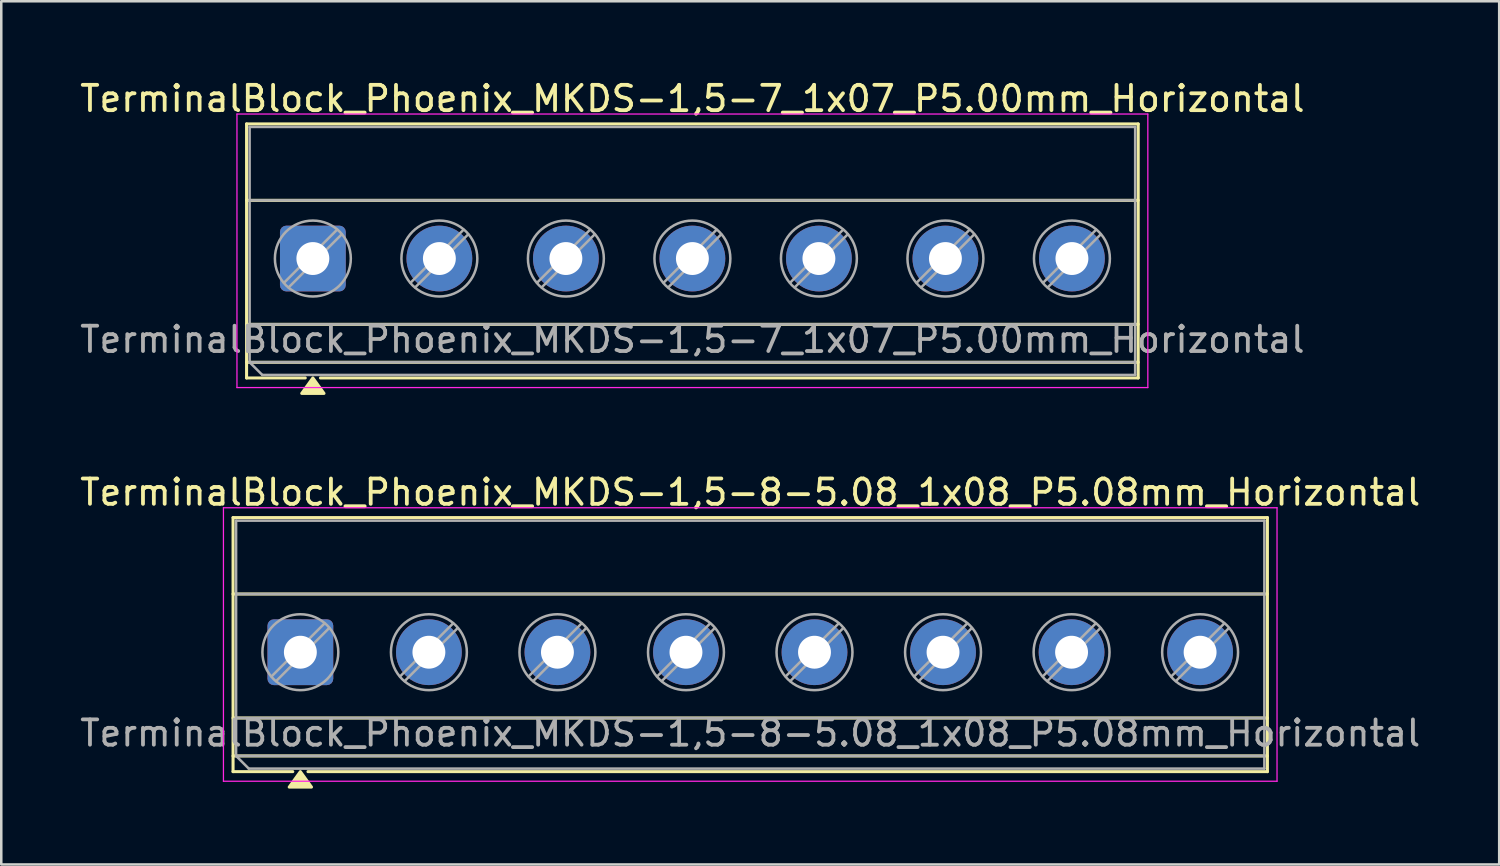
<source format=kicad_pcb>
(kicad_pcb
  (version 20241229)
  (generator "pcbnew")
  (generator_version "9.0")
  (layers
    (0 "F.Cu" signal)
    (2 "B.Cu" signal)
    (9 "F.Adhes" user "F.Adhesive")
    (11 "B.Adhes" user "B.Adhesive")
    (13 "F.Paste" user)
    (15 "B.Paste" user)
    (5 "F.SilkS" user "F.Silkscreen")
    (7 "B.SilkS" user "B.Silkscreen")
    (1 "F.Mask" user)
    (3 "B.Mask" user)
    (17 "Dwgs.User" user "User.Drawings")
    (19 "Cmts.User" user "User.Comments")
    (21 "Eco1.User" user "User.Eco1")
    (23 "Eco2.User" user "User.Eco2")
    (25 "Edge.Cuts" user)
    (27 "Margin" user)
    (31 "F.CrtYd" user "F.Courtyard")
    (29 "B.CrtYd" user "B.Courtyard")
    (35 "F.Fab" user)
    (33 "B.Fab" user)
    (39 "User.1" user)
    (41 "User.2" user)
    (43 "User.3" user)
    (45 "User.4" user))
  (footprint "TerminalBlock_Phoenix_MKDS-1,5-8-5.08_1x08_P5.08mm_Horizontal"
    (layer "F.Cu")
    (at 8.821 22.727)
    (property "Reference" "TerminalBlock_Phoenix_MKDS-1,5-8-5.08_1x08_P5.08mm_Horizontal" (at 17.78 -6.32 0) (layer "F.SilkS") (effects (font (size 1 1) (thickness 0.15))))
    (attr through_hole)
    (fp_line (start -2.66 -5.32) (end -2.66 4.72) (stroke (width 0.12) (type solid)) (layer "F.SilkS"))
    (fp_line (start -2.66 -5.32) (end 38.22 -5.32) (stroke (width 0.12) (type solid)) (layer "F.SilkS"))
    (fp_line (start -2.66 -2.3) (end 38.22 -2.3) (stroke (width 0.12) (type solid)) (layer "F.SilkS"))
    (fp_line (start -2.66 2.6) (end 38.22 2.6) (stroke (width 0.12) (type solid)) (layer "F.SilkS"))
    (fp_line (start -2.66 4.1) (end 38.22 4.1) (stroke (width 0.12) (type solid)) (layer "F.SilkS"))
    (fp_line (start -2.66 4.72) (end -0.3 4.72) (stroke (width 0.12) (type solid)) (layer "F.SilkS"))
    (fp_line (start 0.3 4.72) (end 38.22 4.72) (stroke (width 0.12) (type solid)) (layer "F.SilkS"))
    (fp_line (start 38.22 -5.32) (end 38.22 4.72) (stroke (width 0.12) (type solid)) (layer "F.SilkS"))
    (fp_poly (pts (xy 0 4.72) (xy 0.44 5.33) (xy -0.44 5.33)) (stroke (width 0.12) (type solid)) (fill yes) (layer "F.SilkS"))
    (fp_line (start -3.04 -5.71) (end -3.04 5.1) (stroke (width 0.05) (type solid)) (layer "F.CrtYd"))
    (fp_line (start -3.04 5.1) (end 38.6 5.1) (stroke (width 0.05) (type solid)) (layer "F.CrtYd"))
    (fp_line (start 38.6 -5.71) (end -3.04 -5.71) (stroke (width 0.05) (type solid)) (layer "F.CrtYd"))
    (fp_line (start 38.6 5.1) (end 38.6 -5.71) (stroke (width 0.05) (type solid)) (layer "F.CrtYd"))
    (fp_line (start -2.54 -5.2) (end 38.1 -5.2) (stroke (width 0.1) (type solid)) (layer "F.Fab"))
    (fp_line (start -2.54 -2.3) (end 38.1 -2.3) (stroke (width 0.1) (type solid)) (layer "F.Fab"))
    (fp_line (start -2.54 2.6) (end 38.1 2.6) (stroke (width 0.1) (type solid)) (layer "F.Fab"))
    (fp_line (start -2.54 4.1) (end -2.54 -5.2) (stroke (width 0.1) (type solid)) (layer "F.Fab"))
    (fp_line (start -2.54 4.1) (end 38.1 4.1) (stroke (width 0.1) (type solid)) (layer "F.Fab"))
    (fp_line (start -2.04 4.6) (end -2.54 4.1) (stroke (width 0.1) (type solid)) (layer "F.Fab"))
    (fp_line (start 0.955 -1.138) (end -1.138 0.955) (stroke (width 0.1) (type solid)) (layer "F.Fab"))
    (fp_line (start 1.138 -0.955) (end -0.955 1.138) (stroke (width 0.1) (type solid)) (layer "F.Fab"))
    (fp_line (start 6.035 -1.138) (end 3.942 0.955) (stroke (width 0.1) (type solid)) (layer "F.Fab"))
    (fp_line (start 6.218 -0.955) (end 4.125 1.138) (stroke (width 0.1) (type solid)) (layer "F.Fab"))
    (fp_line (start 11.115 -1.138) (end 9.022 0.955) (stroke (width 0.1) (type solid)) (layer "F.Fab"))
    (fp_line (start 11.298 -0.955) (end 9.205 1.138) (stroke (width 0.1) (type solid)) (layer "F.Fab"))
    (fp_line (start 16.195 -1.138) (end 14.102 0.955) (stroke (width 0.1) (type solid)) (layer "F.Fab"))
    (fp_line (start 16.378 -0.955) (end 14.285 1.138) (stroke (width 0.1) (type solid)) (layer "F.Fab"))
    (fp_line (start 21.275 -1.138) (end 19.182 0.955) (stroke (width 0.1) (type solid)) (layer "F.Fab"))
    (fp_line (start 21.458 -0.955) (end 19.365 1.138) (stroke (width 0.1) (type solid)) (layer "F.Fab"))
    (fp_line (start 26.355 -1.138) (end 24.262 0.955) (stroke (width 0.1) (type solid)) (layer "F.Fab"))
    (fp_line (start 26.538 -0.955) (end 24.445 1.138) (stroke (width 0.1) (type solid)) (layer "F.Fab"))
    (fp_line (start 31.435 -1.138) (end 29.342 0.955) (stroke (width 0.1) (type solid)) (layer "F.Fab"))
    (fp_line (start 31.618 -0.955) (end 29.525 1.138) (stroke (width 0.1) (type solid)) (layer "F.Fab"))
    (fp_line (start 36.515 -1.138) (end 34.422 0.955) (stroke (width 0.1) (type solid)) (layer "F.Fab"))
    (fp_line (start 36.698 -0.955) (end 34.605 1.138) (stroke (width 0.1) (type solid)) (layer "F.Fab"))
    (fp_line (start 38.1 -5.2) (end 38.1 4.6) (stroke (width 0.1) (type solid)) (layer "F.Fab"))
    (fp_line (start 38.1 4.6) (end -2.04 4.6) (stroke (width 0.1) (type solid)) (layer "F.Fab"))
    (fp_circle (center 0 0) (end 1.5 0) (stroke (width 0.1) (type solid)) (fill no) (layer "F.Fab"))
    (fp_circle (center 5.08 0) (end 6.58 0) (stroke (width 0.1) (type solid)) (fill no) (layer "F.Fab"))
    (fp_circle (center 10.16 0) (end 11.66 0) (stroke (width 0.1) (type solid)) (fill no) (layer "F.Fab"))
    (fp_circle (center 15.24 0) (end 16.74 0) (stroke (width 0.1) (type solid)) (fill no) (layer "F.Fab"))
    (fp_circle (center 20.32 0) (end 21.82 0) (stroke (width 0.1) (type solid)) (fill no) (layer "F.Fab"))
    (fp_circle (center 25.4 0) (end 26.9 0) (stroke (width 0.1) (type solid)) (fill no) (layer "F.Fab"))
    (fp_circle (center 30.48 0) (end 31.98 0) (stroke (width 0.1) (type solid)) (fill no) (layer "F.Fab"))
    (fp_circle (center 35.56 0) (end 37.06 0) (stroke (width 0.1) (type solid)) (fill no) (layer "F.Fab"))
    (fp_text user "${REFERENCE}" (at 17.78 3.2 0) (layer "F.Fab") (effects (font (size 1 1) (thickness 0.15))))
    (pad "1" thru_hole roundrect (at 0 0) (size 2.6 2.6) (drill 1.3) (layers "*.Cu" "*.Mask") (roundrect_rratio 0.096))
    (pad "2" thru_hole circle (at 5.08 0) (size 2.6 2.6) (drill 1.3) (layers "*.Cu" "*.Mask"))
    (pad "3" thru_hole circle (at 10.16 0) (size 2.6 2.6) (drill 1.3) (layers "*.Cu" "*.Mask"))
    (pad "4" thru_hole circle (at 15.24 0) (size 2.6 2.6) (drill 1.3) (layers "*.Cu" "*.Mask"))
    (pad "5" thru_hole circle (at 20.32 0) (size 2.6 2.6) (drill 1.3) (layers "*.Cu" "*.Mask"))
    (pad "6" thru_hole circle (at 25.4 0) (size 2.6 2.6) (drill 1.3) (layers "*.Cu" "*.Mask"))
    (pad "7" thru_hole circle (at 30.48 0) (size 2.6 2.6) (drill 1.3) (layers "*.Cu" "*.Mask"))
    (pad "8" thru_hole circle (at 35.56 0) (size 2.6 2.6) (drill 1.3) (layers "*.Cu" "*.Mask")))
  (footprint "TerminalBlock_Phoenix_MKDS-1,5-7_1x07_P5.00mm_Horizontal"
    (layer "F.Cu")
    (at 9.315 7.168)
    (property "Reference" "TerminalBlock_Phoenix_MKDS-1,5-7_1x07_P5.00mm_Horizontal" (at 15 -6.32 0) (layer "F.SilkS") (effects (font (size 1 1) (thickness 0.15))))
    (attr through_hole)
    (fp_line (start -2.62 -5.32) (end -2.62 4.72) (stroke (width 0.12) (type solid)) (layer "F.SilkS"))
    (fp_line (start -2.62 -5.32) (end 32.62 -5.32) (stroke (width 0.12) (type solid)) (layer "F.SilkS"))
    (fp_line (start -2.62 -2.3) (end 32.62 -2.3) (stroke (width 0.12) (type solid)) (layer "F.SilkS"))
    (fp_line (start -2.62 2.6) (end 32.62 2.6) (stroke (width 0.12) (type solid)) (layer "F.SilkS"))
    (fp_line (start -2.62 4.1) (end 32.62 4.1) (stroke (width 0.12) (type solid)) (layer "F.SilkS"))
    (fp_line (start -2.62 4.72) (end -0.3 4.72) (stroke (width 0.12) (type solid)) (layer "F.SilkS"))
    (fp_line (start 0.3 4.72) (end 32.62 4.72) (stroke (width 0.12) (type solid)) (layer "F.SilkS"))
    (fp_line (start 32.62 -5.32) (end 32.62 4.72) (stroke (width 0.12) (type solid)) (layer "F.SilkS"))
    (fp_poly (pts (xy 0 4.72) (xy 0.44 5.33) (xy -0.44 5.33)) (stroke (width 0.12) (type solid)) (fill yes) (layer "F.SilkS"))
    (fp_line (start -3 -5.71) (end -3 5.1) (stroke (width 0.05) (type solid)) (layer "F.CrtYd"))
    (fp_line (start -3 5.1) (end 33 5.1) (stroke (width 0.05) (type solid)) (layer "F.CrtYd"))
    (fp_line (start 33 -5.71) (end -3 -5.71) (stroke (width 0.05) (type solid)) (layer "F.CrtYd"))
    (fp_line (start 33 5.1) (end 33 -5.71) (stroke (width 0.05) (type solid)) (layer "F.CrtYd"))
    (fp_line (start -2.5 -5.2) (end 32.5 -5.2) (stroke (width 0.1) (type solid)) (layer "F.Fab"))
    (fp_line (start -2.5 -2.3) (end 32.5 -2.3) (stroke (width 0.1) (type solid)) (layer "F.Fab"))
    (fp_line (start -2.5 2.6) (end 32.5 2.6) (stroke (width 0.1) (type solid)) (layer "F.Fab"))
    (fp_line (start -2.5 4.1) (end -2.5 -5.2) (stroke (width 0.1) (type solid)) (layer "F.Fab"))
    (fp_line (start -2.5 4.1) (end 32.5 4.1) (stroke (width 0.1) (type solid)) (layer "F.Fab"))
    (fp_line (start -2 4.6) (end -2.5 4.1) (stroke (width 0.1) (type solid)) (layer "F.Fab"))
    (fp_line (start 0.955 -1.138) (end -1.138 0.955) (stroke (width 0.1) (type solid)) (layer "F.Fab"))
    (fp_line (start 1.138 -0.955) (end -0.955 1.138) (stroke (width 0.1) (type solid)) (layer "F.Fab"))
    (fp_line (start 5.955 -1.138) (end 3.862 0.955) (stroke (width 0.1) (type solid)) (layer "F.Fab"))
    (fp_line (start 6.138 -0.955) (end 4.045 1.138) (stroke (width 0.1) (type solid)) (layer "F.Fab"))
    (fp_line (start 10.955 -1.138) (end 8.862 0.955) (stroke (width 0.1) (type solid)) (layer "F.Fab"))
    (fp_line (start 11.138 -0.955) (end 9.045 1.138) (stroke (width 0.1) (type solid)) (layer "F.Fab"))
    (fp_line (start 15.955 -1.138) (end 13.862 0.955) (stroke (width 0.1) (type solid)) (layer "F.Fab"))
    (fp_line (start 16.138 -0.955) (end 14.045 1.138) (stroke (width 0.1) (type solid)) (layer "F.Fab"))
    (fp_line (start 20.955 -1.138) (end 18.862 0.955) (stroke (width 0.1) (type solid)) (layer "F.Fab"))
    (fp_line (start 21.138 -0.955) (end 19.045 1.138) (stroke (width 0.1) (type solid)) (layer "F.Fab"))
    (fp_line (start 25.955 -1.138) (end 23.862 0.955) (stroke (width 0.1) (type solid)) (layer "F.Fab"))
    (fp_line (start 26.138 -0.955) (end 24.045 1.138) (stroke (width 0.1) (type solid)) (layer "F.Fab"))
    (fp_line (start 30.955 -1.138) (end 28.862 0.955) (stroke (width 0.1) (type solid)) (layer "F.Fab"))
    (fp_line (start 31.138 -0.955) (end 29.045 1.138) (stroke (width 0.1) (type solid)) (layer "F.Fab"))
    (fp_line (start 32.5 -5.2) (end 32.5 4.6) (stroke (width 0.1) (type solid)) (layer "F.Fab"))
    (fp_line (start 32.5 4.6) (end -2 4.6) (stroke (width 0.1) (type solid)) (layer "F.Fab"))
    (fp_circle (center 0 0) (end 1.5 0) (stroke (width 0.1) (type solid)) (fill no) (layer "F.Fab"))
    (fp_circle (center 5 0) (end 6.5 0) (stroke (width 0.1) (type solid)) (fill no) (layer "F.Fab"))
    (fp_circle (center 10 0) (end 11.5 0) (stroke (width 0.1) (type solid)) (fill no) (layer "F.Fab"))
    (fp_circle (center 15 0) (end 16.5 0) (stroke (width 0.1) (type solid)) (fill no) (layer "F.Fab"))
    (fp_circle (center 20 0) (end 21.5 0) (stroke (width 0.1) (type solid)) (fill no) (layer "F.Fab"))
    (fp_circle (center 25 0) (end 26.5 0) (stroke (width 0.1) (type solid)) (fill no) (layer "F.Fab"))
    (fp_circle (center 30 0) (end 31.5 0) (stroke (width 0.1) (type solid)) (fill no) (layer "F.Fab"))
    (fp_text user "${REFERENCE}" (at 15 3.2 0) (layer "F.Fab") (effects (font (size 1 1) (thickness 0.15))))
    (pad "1" thru_hole roundrect (at 0 0) (size 2.6 2.6) (drill 1.3) (layers "*.Cu" "*.Mask") (roundrect_rratio 0.096))
    (pad "2" thru_hole circle (at 5 0) (size 2.6 2.6) (drill 1.3) (layers "*.Cu" "*.Mask"))
    (pad "3" thru_hole circle (at 10 0) (size 2.6 2.6) (drill 1.3) (layers "*.Cu" "*.Mask"))
    (pad "4" thru_hole circle (at 15 0) (size 2.6 2.6) (drill 1.3) (layers "*.Cu" "*.Mask"))
    (pad "5" thru_hole circle (at 20 0) (size 2.6 2.6) (drill 1.3) (layers "*.Cu" "*.Mask"))
    (pad "6" thru_hole circle (at 25 0) (size 2.6 2.6) (drill 1.3) (layers "*.Cu" "*.Mask"))
    (pad "7" thru_hole circle (at 30 0) (size 2.6 2.6) (drill 1.3) (layers "*.Cu" "*.Mask")))
  (gr_rect
    (start -3 -3)
    (end 56.202 31.116)
    (stroke (width 0.1) (type default))
    (fill no)
    (layer "Edge.Cuts")))
</source>
